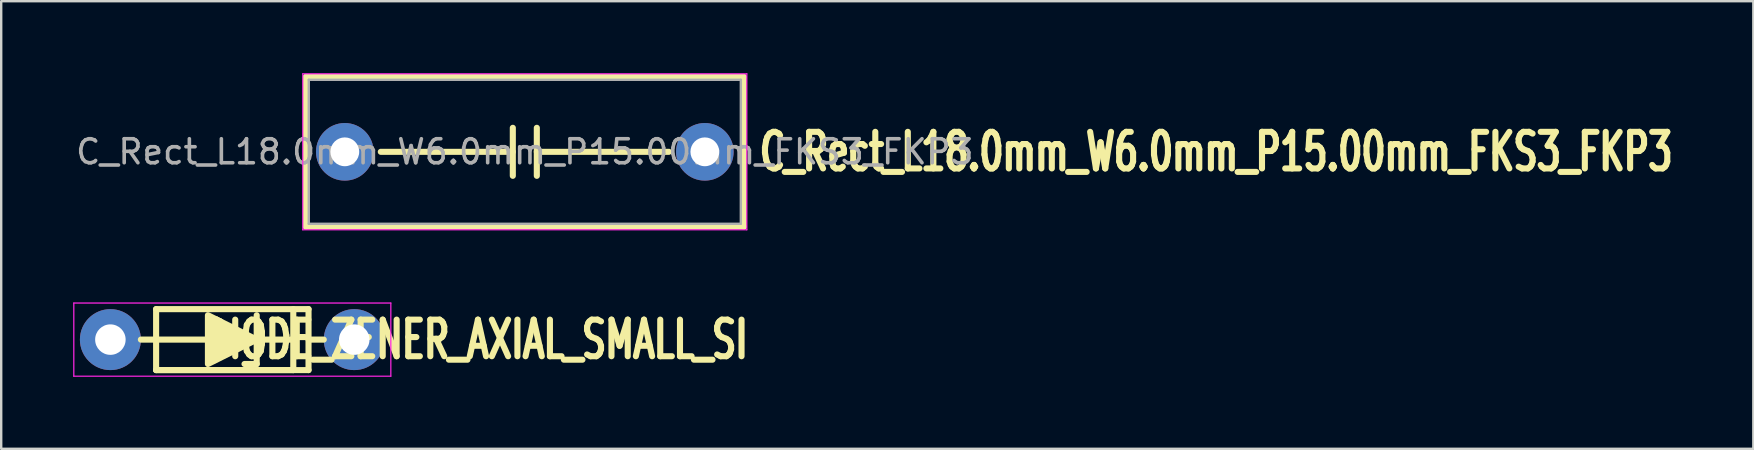
<source format=kicad_pcb>
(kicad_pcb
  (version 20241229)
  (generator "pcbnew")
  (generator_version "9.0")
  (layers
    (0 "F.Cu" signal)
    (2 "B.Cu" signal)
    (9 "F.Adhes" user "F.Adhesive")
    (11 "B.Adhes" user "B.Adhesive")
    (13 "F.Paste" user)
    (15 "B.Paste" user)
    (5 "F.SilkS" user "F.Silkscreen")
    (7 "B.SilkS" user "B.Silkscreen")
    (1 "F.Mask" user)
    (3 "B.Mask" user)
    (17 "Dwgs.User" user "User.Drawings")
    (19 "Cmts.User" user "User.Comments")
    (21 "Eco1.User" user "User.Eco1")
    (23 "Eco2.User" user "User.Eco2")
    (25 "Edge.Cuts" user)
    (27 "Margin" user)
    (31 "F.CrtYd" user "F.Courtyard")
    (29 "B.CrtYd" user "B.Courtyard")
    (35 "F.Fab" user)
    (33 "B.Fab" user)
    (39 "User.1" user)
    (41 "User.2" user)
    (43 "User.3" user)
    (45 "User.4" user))
  (footprint "DIODE_ZENER_AXIAL_SMALL_SI"
    (layer "F.Cu")
    (at 6.629 11.099)
    (property "Reference" "DIODE_ZENER_AXIAL_SMALL_SI" (at 10.16 0 0) (layer "F.SilkS") (effects (font (size 1.524 1.016) (thickness 0.254))))
    (attr through_hole)
    (fp_line (start -3.175 -1.27) (end -3.175 1.27) (stroke (width 0.254) (type solid)) (layer "F.SilkS"))
    (fp_line (start -3.175 1.27) (end 3.175 1.27) (stroke (width 0.254) (type solid)) (layer "F.SilkS"))
    (fp_line (start 1.016 1.016) (end 0.508 1.016) (stroke (width 0.254) (type solid)) (layer "F.SilkS"))
    (fp_line (start 1.016 1.016) (end 1.016 -1.016) (stroke (width 0.254) (type solid)) (layer "F.SilkS"))
    (fp_line (start 2.54 -1.27) (end 2.54 1.27) (stroke (width 0.254) (type solid)) (layer "F.SilkS"))
    (fp_line (start 2.54 0) (end -3.81 0) (stroke (width 0.254) (type solid)) (layer "F.SilkS"))
    (fp_line (start 2.54 1.27) (end -3.175 1.27) (stroke (width 0.254) (type solid)) (layer "F.SilkS"))
    (fp_line (start 3.175 -1.27) (end -3.175 -1.27) (stroke (width 0.254) (type solid)) (layer "F.SilkS"))
    (fp_line (start 3.175 0) (end 3.81 0) (stroke (width 0.254) (type solid)) (layer "F.SilkS"))
    (fp_line (start 3.175 1.27) (end 3.175 -1.27) (stroke (width 0.254) (type solid)) (layer "F.SilkS"))
    (fp_poly (pts (xy 1.016 0) (xy -1.016 1.016) (xy -1.016 -1.016)) (stroke (width 0.254) (type solid)) (fill yes) (layer "F.SilkS"))
    (fp_line (start -6.604 -1.524) (end -6.604 1.524) (stroke (width 0.051) (type solid)) (layer "F.CrtYd"))
    (fp_line (start -6.604 1.524) (end 6.604 1.524) (stroke (width 0.051) (type solid)) (layer "F.CrtYd"))
    (fp_line (start 6.604 -1.524) (end -6.604 -1.524) (stroke (width 0.051) (type solid)) (layer "F.CrtYd"))
    (fp_line (start 6.604 1.524) (end 6.604 -1.524) (stroke (width 0.051) (type solid)) (layer "F.CrtYd"))
    (pad "1" thru_hole circle (at -5.08 0) (size 2.54 2.54) (drill 1.27) (layers "*.Cu" "*.Mask"))
    (pad "2" thru_hole circle (at 5.08 0) (size 2.54 2.54) (drill 1.27) (layers "*.Cu" "*.Mask")))
  (footprint "C_Rect_L18.0mm_W6.0mm_P15.00mm_FKS3_FKP3"
    (layer "F.Cu")
    (at 11.315 3.275)
    (property "Reference" "C_Rect_L18.0mm_W6.0mm_P15.00mm_FKS3_FKP3" (at 17.145 0 0) (layer "F.SilkS") (effects (font (size 1.524 1.016) (thickness 0.254)) (justify left)))
    (attr through_hole)
    (fp_line (start -1.62 -3.12) (end -1.62 3.12) (stroke (width 0.254) (type solid)) (layer "F.SilkS"))
    (fp_line (start -1.62 -3.12) (end 16.62 -3.12) (stroke (width 0.254) (type solid)) (layer "F.SilkS"))
    (fp_line (start -1.62 3.12) (end 16.62 3.12) (stroke (width 0.254) (type solid)) (layer "F.SilkS"))
    (fp_line (start 7 -1) (end 7 1) (stroke (width 0.254) (type solid)) (layer "F.SilkS"))
    (fp_line (start 7 0) (end 1.5 0) (stroke (width 0.254) (type solid)) (layer "F.SilkS"))
    (fp_line (start 8 -1) (end 8 1) (stroke (width 0.254) (type solid)) (layer "F.SilkS"))
    (fp_line (start 8 0) (end 13.5 0) (stroke (width 0.254) (type solid)) (layer "F.SilkS"))
    (fp_line (start 16.62 -3.12) (end 16.62 3.12) (stroke (width 0.254) (type solid)) (layer "F.SilkS"))
    (fp_line (start -1.75 -3.25) (end -1.75 3.25) (stroke (width 0.05) (type solid)) (layer "F.CrtYd"))
    (fp_line (start -1.75 3.25) (end 16.75 3.25) (stroke (width 0.05) (type solid)) (layer "F.CrtYd"))
    (fp_line (start 16.75 -3.25) (end -1.75 -3.25) (stroke (width 0.05) (type solid)) (layer "F.CrtYd"))
    (fp_line (start 16.75 3.25) (end 16.75 -3.25) (stroke (width 0.05) (type solid)) (layer "F.CrtYd"))
    (fp_line (start -1.5 -3) (end -1.5 3) (stroke (width 0.1) (type solid)) (layer "F.Fab"))
    (fp_line (start -1.5 3) (end 16.5 3) (stroke (width 0.1) (type solid)) (layer "F.Fab"))
    (fp_line (start 16.5 -3) (end -1.5 -3) (stroke (width 0.1) (type solid)) (layer "F.Fab"))
    (fp_line (start 16.5 3) (end 16.5 -3) (stroke (width 0.1) (type solid)) (layer "F.Fab"))
    (fp_text user "${REFERENCE}" (at 7.5 0 0) (layer "F.Fab") (effects (font (size 1 1) (thickness 0.15))))
    (pad "1" thru_hole circle (at 0 0) (size 2.4 2.4) (drill 1.2) (layers "*.Cu" "*.Mask"))
    (pad "2" thru_hole circle (at 15 0) (size 2.4 2.4) (drill 1.2) (layers "*.Cu" "*.Mask")))
  (gr_rect
    (start -3 -3)
    (end 69.998 15.649)
    (stroke (width 0.1) (type default))
    (fill no)
    (layer "Edge.Cuts")))
</source>
